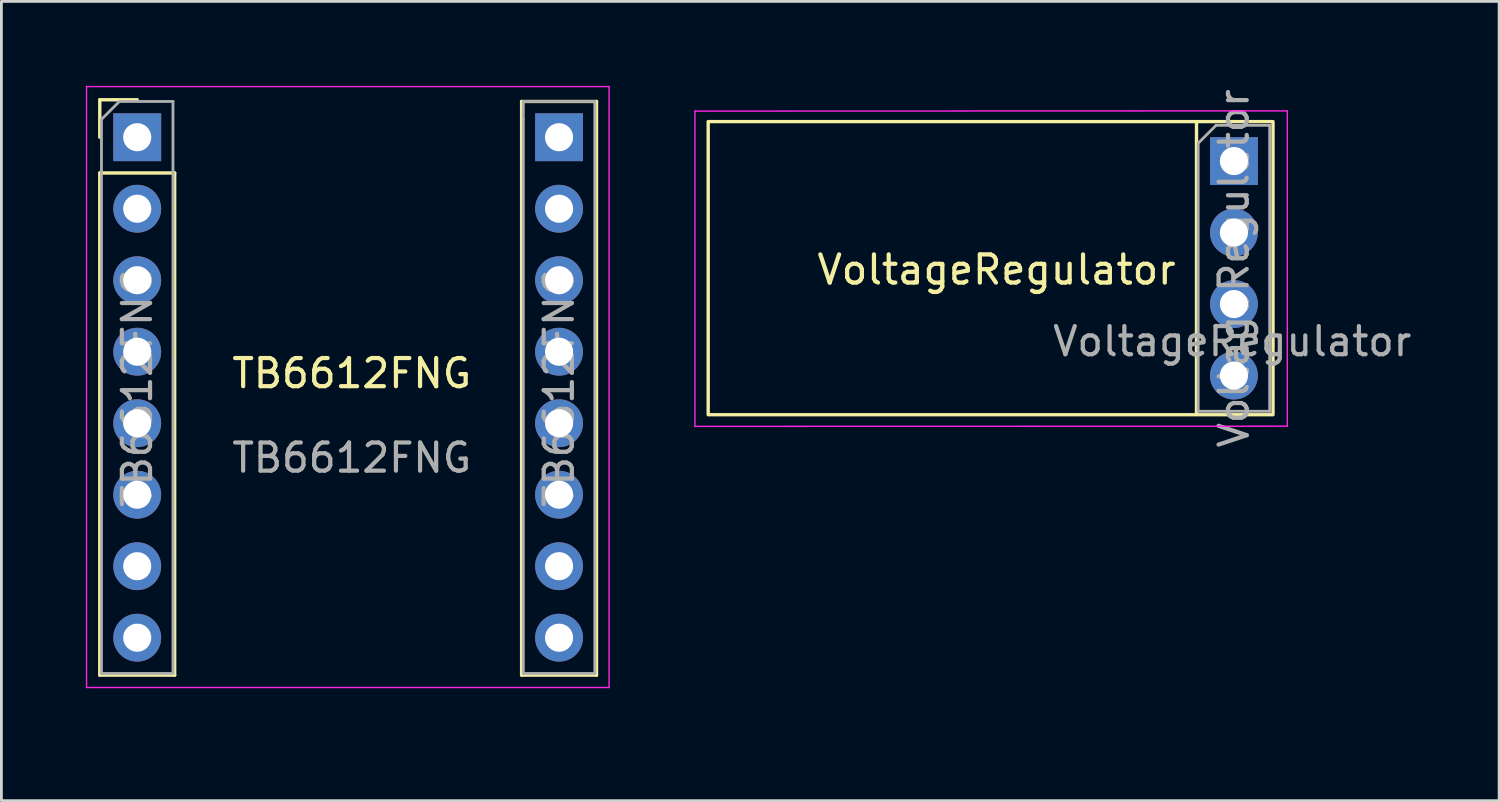
<source format=kicad_pcb>
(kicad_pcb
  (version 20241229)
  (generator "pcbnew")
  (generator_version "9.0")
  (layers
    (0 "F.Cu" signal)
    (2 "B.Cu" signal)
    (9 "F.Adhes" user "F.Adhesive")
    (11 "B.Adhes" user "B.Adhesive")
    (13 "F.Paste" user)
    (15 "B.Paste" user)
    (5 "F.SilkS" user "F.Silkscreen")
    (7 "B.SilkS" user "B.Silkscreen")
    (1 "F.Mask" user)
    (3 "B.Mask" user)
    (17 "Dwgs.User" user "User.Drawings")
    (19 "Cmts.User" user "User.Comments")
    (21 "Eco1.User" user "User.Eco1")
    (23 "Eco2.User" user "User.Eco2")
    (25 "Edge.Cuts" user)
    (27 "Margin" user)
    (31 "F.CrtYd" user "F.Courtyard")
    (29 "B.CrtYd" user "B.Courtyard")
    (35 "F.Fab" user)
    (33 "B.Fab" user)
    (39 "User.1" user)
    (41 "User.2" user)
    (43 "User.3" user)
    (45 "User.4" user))
  (footprint "VoltageRegulator"
    (layer "F.Cu")
    (at 31.872 6.431)
    (property "Reference" "VoltageRegulator" (at 0.483 0.102 0) (unlocked yes) (layer "F.SilkS") (effects (font (size 1 1) (thickness 0.15))))
    (attr through_hole)
    (fp_line (start 7.585 -5.131) (end 7.585 5.191) (stroke (width 0.12) (type solid)) (layer "F.SilkS"))
    (fp_rect (start -9.763 -5.161) (end 10.303 5.253) (stroke (width 0.12) (type solid)) (fill no) (layer "F.SilkS"))
    (fp_line (start -10.233 -5.534) (end -10.233 5.666) (stroke (width 0.05) (type solid)) (layer "F.CrtYd"))
    (fp_line (start -10.233 5.666) (end 10.811 5.66) (stroke (width 0.05) (type solid)) (layer "F.CrtYd"))
    (fp_line (start 10.811 -5.542) (end -10.233 -5.534) (stroke (width 0.05) (type solid)) (layer "F.CrtYd"))
    (fp_line (start 10.811 5.66) (end 10.811 -5.542) (stroke (width 0.05) (type solid)) (layer "F.CrtYd"))
    (fp_line (start 7.645 -4.394) (end 8.28 -5.029) (stroke (width 0.1) (type solid)) (layer "F.Fab"))
    (fp_line (start 7.645 5.131) (end 7.645 -4.394) (stroke (width 0.1) (type solid)) (layer "F.Fab"))
    (fp_line (start 8.28 -5.029) (end 10.185 -5.029) (stroke (width 0.1) (type solid)) (layer "F.Fab"))
    (fp_line (start 10.185 -5.029) (end 10.185 5.131) (stroke (width 0.1) (type solid)) (layer "F.Fab"))
    (fp_line (start 10.185 5.131) (end 7.645 5.131) (stroke (width 0.1) (type solid)) (layer "F.Fab"))
    (fp_text user "${REFERENCE}" (at 8.855 2.648 0) (unlocked yes) (layer "F.Fab") (effects (font (size 1 1) (thickness 0.15))))
    (fp_text user "${REFERENCE}" (at 8.915 0.051 90) (layer "F.Fab") (effects (font (size 1 1) (thickness 0.15))))
    (pad "1" thru_hole rect (at 8.915 -3.759) (size 1.7 1.7) (drill 1) (layers "*.Cu" "*.Mask"))
    (pad "2" thru_hole oval (at 8.915 -1.219) (size 1.7 1.7) (drill 1) (layers "*.Cu" "*.Mask"))
    (pad "3" thru_hole oval (at 8.915 1.321) (size 1.7 1.7) (drill 1) (layers "*.Cu" "*.Mask"))
    (pad "4" thru_hole oval (at 8.915 3.861) (size 1.7 1.7) (drill 1) (layers "*.Cu" "*.Mask")))
  (footprint "TB6612FNG"
    (layer "F.Cu")
    (at 1.825 22.145)
    (property "Reference" "TB6612FNG" (at 7.62 -11.93 0) (unlocked yes) (layer "F.SilkS") (effects (font (size 1 1) (thickness 0.15))))
    (attr through_hole)
    (fp_line (start -1.33 -21.65) (end 0 -21.65) (stroke (width 0.12) (type solid)) (layer "F.SilkS"))
    (fp_line (start -1.33 -20.32) (end -1.33 -21.65) (stroke (width 0.12) (type solid)) (layer "F.SilkS"))
    (fp_line (start -1.33 -19.05) (end -1.33 -1.21) (stroke (width 0.12) (type solid)) (layer "F.SilkS"))
    (fp_line (start -1.33 -19.05) (end 1.33 -19.05) (stroke (width 0.12) (type solid)) (layer "F.SilkS"))
    (fp_line (start -1.33 -1.21) (end 1.33 -1.21) (stroke (width 0.12) (type solid)) (layer "F.SilkS"))
    (fp_line (start 1.33 -19.05) (end 1.33 -1.21) (stroke (width 0.12) (type solid)) (layer "F.SilkS"))
    (fp_line (start 13.656 -21.59) (end 13.656 -1.21) (stroke (width 0.12) (type solid)) (layer "F.SilkS"))
    (fp_line (start 13.656 -21.59) (end 16.316 -21.59) (stroke (width 0.12) (type solid)) (layer "F.SilkS"))
    (fp_line (start 13.656 -1.21) (end 16.316 -1.21) (stroke (width 0.12) (type solid)) (layer "F.SilkS"))
    (fp_line (start 16.316 -21.59) (end 16.316 -1.21) (stroke (width 0.12) (type solid)) (layer "F.SilkS"))
    (fp_line (start -1.8 -22.12) (end -1.8 -0.77) (stroke (width 0.05) (type solid)) (layer "F.CrtYd"))
    (fp_line (start -1.8 -0.77) (end 16.764 -0.77) (stroke (width 0.05) (type solid)) (layer "F.CrtYd"))
    (fp_line (start 16.764 -22.12) (end -1.8 -22.12) (stroke (width 0.05) (type solid)) (layer "F.CrtYd"))
    (fp_line (start 16.764 -0.77) (end 16.764 -22.12) (stroke (width 0.05) (type solid)) (layer "F.CrtYd"))
    (fp_line (start -1.27 -20.955) (end -0.635 -21.59) (stroke (width 0.1) (type solid)) (layer "F.Fab"))
    (fp_line (start -1.27 -1.27) (end -1.27 -20.955) (stroke (width 0.1) (type solid)) (layer "F.Fab"))
    (fp_line (start -0.635 -21.59) (end 1.27 -21.59) (stroke (width 0.1) (type solid)) (layer "F.Fab"))
    (fp_line (start 1.27 -21.59) (end 1.27 -1.27) (stroke (width 0.1) (type solid)) (layer "F.Fab"))
    (fp_line (start 1.27 -1.27) (end -1.27 -1.27) (stroke (width 0.1) (type solid)) (layer "F.Fab"))
    (fp_line (start 13.716 -21.59) (end 16.256 -21.59) (stroke (width 0.1) (type solid)) (layer "F.Fab"))
    (fp_line (start 13.716 -20.955) (end 13.716 -21.59) (stroke (width 0.1) (type solid)) (layer "F.Fab"))
    (fp_line (start 13.716 -1.27) (end 13.716 -20.955) (stroke (width 0.1) (type solid)) (layer "F.Fab"))
    (fp_line (start 16.256 -21.59) (end 16.256 -1.27) (stroke (width 0.1) (type solid)) (layer "F.Fab"))
    (fp_line (start 16.256 -1.27) (end 13.716 -1.27) (stroke (width 0.1) (type solid)) (layer "F.Fab"))
    (fp_text user "${REFERENCE}" (at 14.986 -11.43 90) (layer "F.Fab") (effects (font (size 1 1) (thickness 0.15))))
    (fp_text user "${REFERENCE}" (at 0 -11.43 90) (layer "F.Fab") (effects (font (size 1 1) (thickness 0.15))))
    (fp_text user "${REFERENCE}" (at 7.62 -8.93 0) (unlocked yes) (layer "F.Fab") (effects (font (size 1 1) (thickness 0.15))))
    (pad "1" thru_hole rect (at 0 -20.32) (size 1.7 1.7) (drill 1) (layers "*.Cu" "*.Mask"))
    (pad "2" thru_hole oval (at 0 -17.78) (size 1.7 1.7) (drill 1) (layers "*.Cu" "*.Mask"))
    (pad "3" thru_hole oval (at 0 -15.24) (size 1.7 1.7) (drill 1) (layers "*.Cu" "*.Mask"))
    (pad "4" thru_hole oval (at 0 -12.7) (size 1.7 1.7) (drill 1) (layers "*.Cu" "*.Mask"))
    (pad "5" thru_hole oval (at 0 -10.16) (size 1.7 1.7) (drill 1) (layers "*.Cu" "*.Mask"))
    (pad "6" thru_hole oval (at 0 -7.62) (size 1.7 1.7) (drill 1) (layers "*.Cu" "*.Mask"))
    (pad "7" thru_hole oval (at 0 -5.08) (size 1.7 1.7) (drill 1) (layers "*.Cu" "*.Mask"))
    (pad "8" thru_hole oval (at 0 -2.54) (size 1.7 1.7) (drill 1) (layers "*.Cu" "*.Mask"))
    (pad "9" thru_hole oval (at 14.986 -2.54) (size 1.7 1.7) (drill 1) (layers "*.Cu" "*.Mask"))
    (pad "10" thru_hole oval (at 14.986 -5.08) (size 1.7 1.7) (drill 1) (layers "*.Cu" "*.Mask"))
    (pad "11" thru_hole oval (at 14.986 -7.62) (size 1.7 1.7) (drill 1) (layers "*.Cu" "*.Mask"))
    (pad "12" thru_hole oval (at 14.986 -10.16) (size 1.7 1.7) (drill 1) (layers "*.Cu" "*.Mask"))
    (pad "13" thru_hole oval (at 14.986 -12.7) (size 1.7 1.7) (drill 1) (layers "*.Cu" "*.Mask"))
    (pad "14" thru_hole oval (at 14.986 -15.24) (size 1.7 1.7) (drill 1) (layers "*.Cu" "*.Mask"))
    (pad "15" thru_hole oval (at 14.986 -17.78) (size 1.7 1.7) (drill 1) (layers "*.Cu" "*.Mask"))
    (pad "16" thru_hole rect (at 14.986 -20.32) (size 1.7 1.7) (drill 1) (layers "*.Cu" "*.Mask")))
  (gr_rect
    (start -3 -3)
    (end 50.209 25.395)
    (stroke (width 0.1) (type default))
    (fill no)
    (layer "Edge.Cuts")))
</source>
